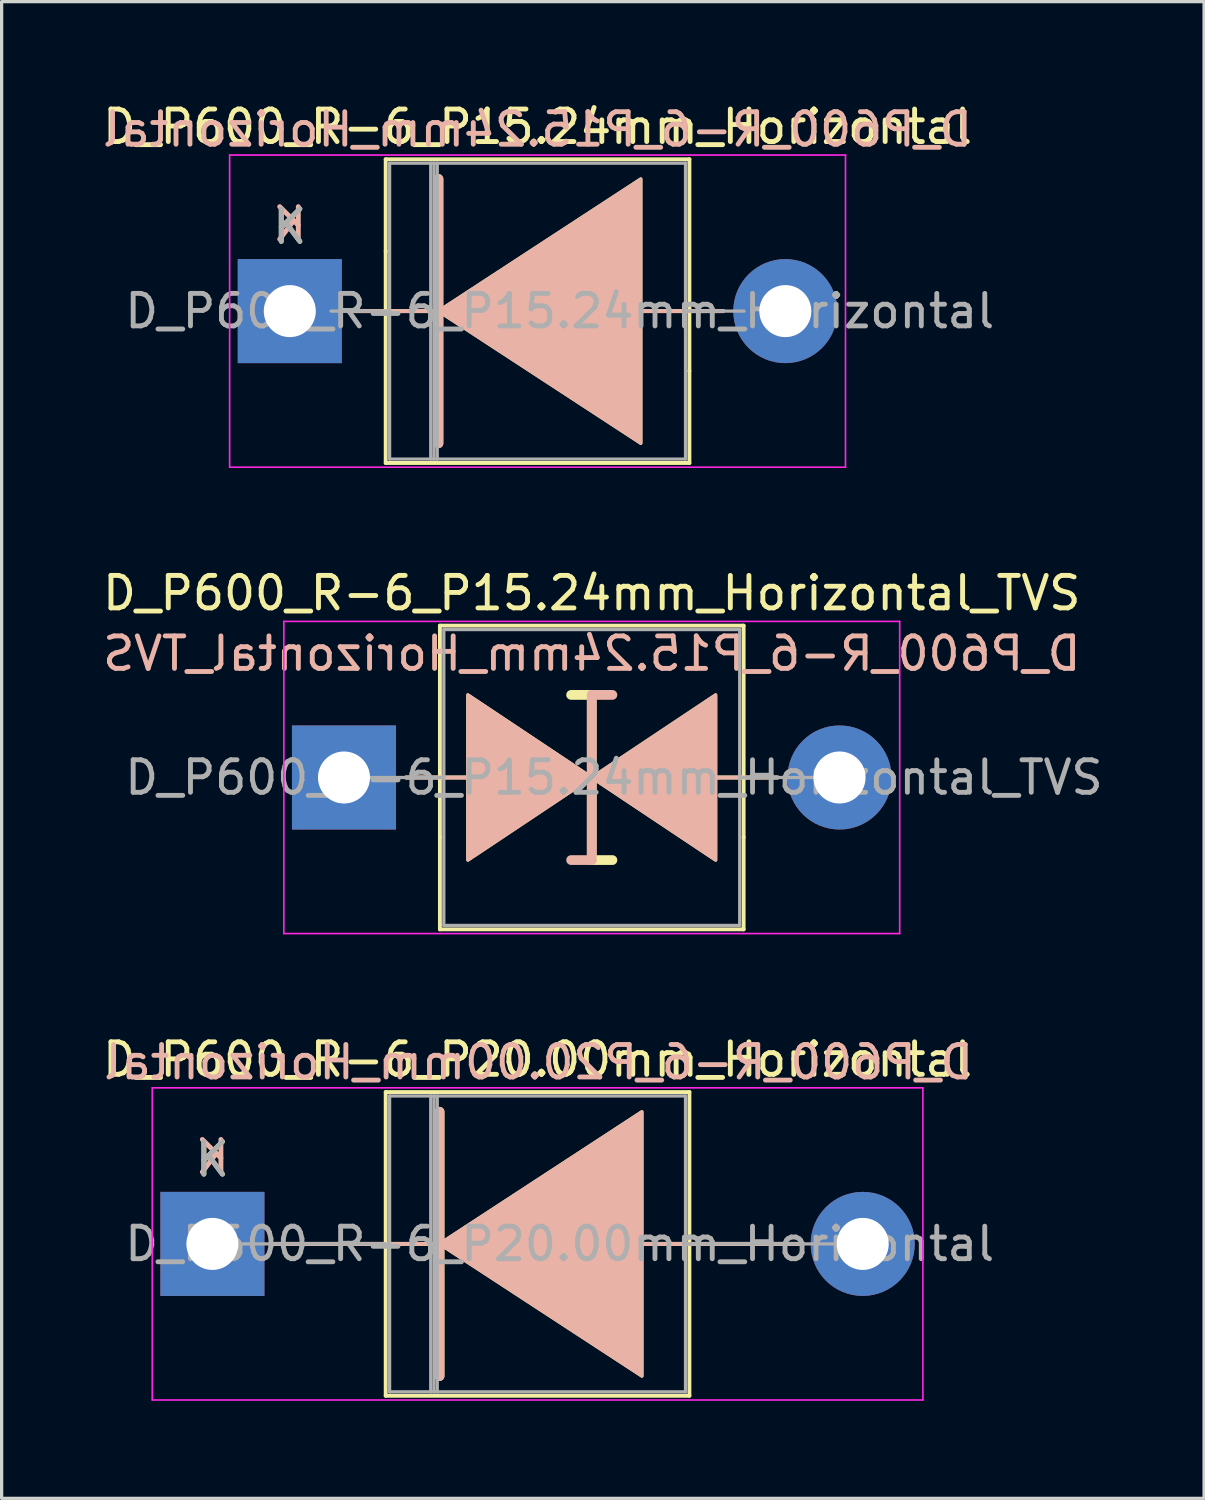
<source format=kicad_pcb>
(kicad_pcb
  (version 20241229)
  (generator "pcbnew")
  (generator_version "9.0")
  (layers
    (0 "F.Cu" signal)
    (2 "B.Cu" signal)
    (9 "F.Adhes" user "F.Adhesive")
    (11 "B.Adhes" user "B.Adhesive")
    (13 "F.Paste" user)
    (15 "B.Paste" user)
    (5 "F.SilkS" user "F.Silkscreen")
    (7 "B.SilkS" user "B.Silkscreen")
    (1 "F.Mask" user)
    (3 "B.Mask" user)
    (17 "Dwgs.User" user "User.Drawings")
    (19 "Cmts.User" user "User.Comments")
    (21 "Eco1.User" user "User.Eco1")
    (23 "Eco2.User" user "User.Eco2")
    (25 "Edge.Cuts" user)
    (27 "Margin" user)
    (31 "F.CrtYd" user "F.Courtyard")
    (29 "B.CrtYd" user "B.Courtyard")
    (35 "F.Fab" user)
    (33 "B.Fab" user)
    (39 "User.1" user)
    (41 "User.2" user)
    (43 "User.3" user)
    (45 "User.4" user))
  (footprint "D_P600_R-6_P15.24mm_Horizontal"
    (layer "F.Cu")
    (at 5.862 6.518)
    (property "Reference" "D_P600_R-6_P15.24mm_Horizontal" (at 7.62 -5.67 0) (layer "F.SilkS") (effects (font (size 1 1) (thickness 0.15))))
    (fp_line (start 2.95 -4.67) (end 12.29 -4.67) (stroke (width 0.12) (type solid)) (layer "F.SilkS"))
    (fp_line (start 2.95 -1.84) (end 2.95 -4.67) (stroke (width 0.12) (type solid)) (layer "F.SilkS"))
    (fp_line (start 2.95 -1.84) (end 2.95 4.67) (stroke (width 0.12) (type solid)) (layer "F.SilkS"))
    (fp_line (start 2.95 4.67) (end 12.29 4.67) (stroke (width 0.12) (type solid)) (layer "F.SilkS"))
    (fp_line (start 4.445 0) (end 1.905 0) (stroke (width 0.12) (type solid)) (layer "F.SilkS"))
    (fp_line (start 4.572 -4.064) (end 4.572 4.064) (stroke (width 0.3) (type solid)) (layer "F.SilkS"))
    (fp_line (start 10.668 0) (end 13.335 0) (stroke (width 0.12) (type solid)) (layer "F.SilkS"))
    (fp_line (start 12.29 -4.67) (end 12.29 1.84) (stroke (width 0.12) (type solid)) (layer "F.SilkS"))
    (fp_line (start 12.29 4.67) (end 12.29 1.84) (stroke (width 0.12) (type solid)) (layer "F.SilkS"))
    (fp_poly (pts (xy 10.795 4.064) (xy 4.572 0) (xy 10.795 -4.064)) (stroke (width 0.1) (type solid)) (fill yes) (layer "F.SilkS"))
    (fp_line (start 4.445 0) (end 1.905 0) (stroke (width 0.12) (type solid)) (layer "B.SilkS"))
    (fp_line (start 4.572 4.064) (end 4.572 -4.064) (stroke (width 0.3) (type solid)) (layer "B.SilkS"))
    (fp_line (start 10.668 0) (end 13.335 0) (stroke (width 0.12) (type solid)) (layer "B.SilkS"))
    (fp_poly (pts (xy 10.795 -4.064) (xy 4.572 0) (xy 10.795 4.064)) (stroke (width 0.1) (type solid)) (fill yes) (layer "B.SilkS"))
    (fp_line (start -1.85 -4.8) (end -1.85 4.8) (stroke (width 0.05) (type solid)) (layer "F.CrtYd"))
    (fp_line (start -1.85 4.8) (end 17.09 4.8) (stroke (width 0.05) (type solid)) (layer "F.CrtYd"))
    (fp_line (start 17.09 -4.8) (end -1.85 -4.8) (stroke (width 0.05) (type solid)) (layer "F.CrtYd"))
    (fp_line (start 17.09 4.8) (end 17.09 -4.8) (stroke (width 0.05) (type solid)) (layer "F.CrtYd"))
    (fp_line (start 1.27 0) (end 3.07 0) (stroke (width 0.1) (type solid)) (layer "F.Fab"))
    (fp_line (start 3.07 -4.55) (end 3.07 4.55) (stroke (width 0.1) (type solid)) (layer "F.Fab"))
    (fp_line (start 3.07 4.55) (end 12.17 4.55) (stroke (width 0.1) (type solid)) (layer "F.Fab"))
    (fp_line (start 4.335 -4.55) (end 4.335 4.55) (stroke (width 0.1) (type solid)) (layer "F.Fab"))
    (fp_line (start 4.435 -4.55) (end 4.435 4.55) (stroke (width 0.1) (type solid)) (layer "F.Fab"))
    (fp_line (start 4.535 -4.55) (end 4.535 4.55) (stroke (width 0.1) (type solid)) (layer "F.Fab"))
    (fp_line (start 12.17 -4.55) (end 3.07 -4.55) (stroke (width 0.1) (type solid)) (layer "F.Fab"))
    (fp_line (start 12.17 4.55) (end 12.17 -4.55) (stroke (width 0.1) (type solid)) (layer "F.Fab"))
    (fp_line (start 13.97 0) (end 12.17 0) (stroke (width 0.1) (type solid)) (layer "F.Fab"))
    (fp_text user "K" (at 0 -2.6 0) (layer "F.SilkS") (effects (font (size 1 1) (thickness 0.15))))
    (fp_text user "K" (at 0 -2.667 0) (layer "B.SilkS") (effects (font (size 1 1) (thickness 0.15)) (justify mirror)))
    (fp_text user "${REFERENCE}" (at 7.62 -5.588 0) (layer "B.SilkS") (effects (font (size 1 1) (thickness 0.15)) (justify mirror)))
    (fp_text user "${REFERENCE}" (at 8.303 0 0) (layer "F.Fab") (effects (font (size 1 1) (thickness 0.15))))
    (fp_text user "K" (at 0 -2.6 0) (layer "F.Fab") (effects (font (size 1 1) (thickness 0.15))))
    (pad "1" thru_hole rect (at 0 0) (size 3.2 3.2) (drill 1.6) (layers "*.Cu" "*.Mask"))
    (pad "2" thru_hole oval (at 15.24 0) (size 3.2 3.2) (drill 1.6) (layers "*.Cu" "*.Mask")))
  (footprint "D_P600_R-6_P20.00mm_Horizontal"
    (layer "F.Cu")
    (at 3.482 35.205)
    (property "Reference" "D_P600_R-6_P20.00mm_Horizontal" (at 10 -5.67 0) (layer "F.SilkS") (effects (font (size 1 1) (thickness 0.15))))
    (fp_line (start 1.84 0) (end 5.33 0) (stroke (width 0.12) (type solid)) (layer "F.SilkS"))
    (fp_line (start 5.33 -4.67) (end 5.33 4.67) (stroke (width 0.12) (type solid)) (layer "F.SilkS"))
    (fp_line (start 5.33 4.67) (end 14.67 4.67) (stroke (width 0.12) (type solid)) (layer "F.SilkS"))
    (fp_line (start 6.858 0) (end 5.33 0) (stroke (width 0.12) (type solid)) (layer "F.SilkS"))
    (fp_line (start 6.985 -4.064) (end 6.985 4.064) (stroke (width 0.3) (type solid)) (layer "F.SilkS"))
    (fp_line (start 13.081 0) (end 14.67 0) (stroke (width 0.12) (type solid)) (layer "F.SilkS"))
    (fp_line (start 14.67 -4.67) (end 5.33 -4.67) (stroke (width 0.12) (type solid)) (layer "F.SilkS"))
    (fp_line (start 14.67 4.67) (end 14.67 -4.67) (stroke (width 0.12) (type solid)) (layer "F.SilkS"))
    (fp_line (start 18.16 0) (end 14.67 0) (stroke (width 0.12) (type solid)) (layer "F.SilkS"))
    (fp_poly (pts (xy 13.208 4.064) (xy 6.985 0) (xy 13.208 -4.064)) (stroke (width 0.1) (type solid)) (fill yes) (layer "F.SilkS"))
    (fp_line (start 1.841 0) (end 5.331 0) (stroke (width 0.12) (type solid)) (layer "B.SilkS"))
    (fp_line (start 6.859 0) (end 5.331 0) (stroke (width 0.12) (type solid)) (layer "B.SilkS"))
    (fp_line (start 6.986 4.064) (end 6.986 -4.064) (stroke (width 0.3) (type solid)) (layer "B.SilkS"))
    (fp_line (start 13.082 0) (end 14.671 0) (stroke (width 0.12) (type solid)) (layer "B.SilkS"))
    (fp_line (start 18.161 0) (end 14.671 0) (stroke (width 0.12) (type solid)) (layer "B.SilkS"))
    (fp_poly (pts (xy 13.209 -4.064) (xy 6.986 0) (xy 13.209 4.064)) (stroke (width 0.1) (type solid)) (fill yes) (layer "B.SilkS"))
    (fp_line (start -1.85 -4.8) (end -1.85 4.8) (stroke (width 0.05) (type solid)) (layer "F.CrtYd"))
    (fp_line (start -1.85 4.8) (end 21.85 4.8) (stroke (width 0.05) (type solid)) (layer "F.CrtYd"))
    (fp_line (start 21.85 -4.8) (end -1.85 -4.8) (stroke (width 0.05) (type solid)) (layer "F.CrtYd"))
    (fp_line (start 21.85 4.8) (end 21.85 -4.8) (stroke (width 0.05) (type solid)) (layer "F.CrtYd"))
    (fp_line (start 0 0) (end 5.45 0) (stroke (width 0.1) (type solid)) (layer "F.Fab"))
    (fp_line (start 5.45 -4.55) (end 5.45 4.55) (stroke (width 0.1) (type solid)) (layer "F.Fab"))
    (fp_line (start 5.45 4.55) (end 14.55 4.55) (stroke (width 0.1) (type solid)) (layer "F.Fab"))
    (fp_line (start 6.715 -4.55) (end 6.715 4.55) (stroke (width 0.1) (type solid)) (layer "F.Fab"))
    (fp_line (start 6.815 -4.55) (end 6.815 4.55) (stroke (width 0.1) (type solid)) (layer "F.Fab"))
    (fp_line (start 6.915 -4.55) (end 6.915 4.55) (stroke (width 0.1) (type solid)) (layer "F.Fab"))
    (fp_line (start 14.55 -4.55) (end 5.45 -4.55) (stroke (width 0.1) (type solid)) (layer "F.Fab"))
    (fp_line (start 14.55 4.55) (end 14.55 -4.55) (stroke (width 0.1) (type solid)) (layer "F.Fab"))
    (fp_line (start 20 0) (end 14.55 0) (stroke (width 0.1) (type solid)) (layer "F.Fab"))
    (fp_text user "K" (at 0 -2.6 0) (layer "F.SilkS") (effects (font (size 1 1) (thickness 0.15))))
    (fp_text user "${REFERENCE}" (at 10.033 -5.588 0) (layer "B.SilkS") (effects (font (size 1 1) (thickness 0.15)) (justify mirror)))
    (fp_text user "K" (at 0 -2.667 0) (layer "B.SilkS") (effects (font (size 1 1) (thickness 0.15)) (justify mirror)))
    (fp_text user "${REFERENCE}" (at 10.682 0 0) (layer "F.Fab") (effects (font (size 1 1) (thickness 0.15))))
    (fp_text user "K" (at 0 -2.6 0) (layer "F.Fab") (effects (font (size 1 1) (thickness 0.15))))
    (pad "1" thru_hole rect (at 0 0) (size 3.2 3.2) (drill 1.6) (layers "*.Cu" "*.Mask"))
    (pad "2" thru_hole oval (at 20 0) (size 3.2 3.2) (drill 1.6) (layers "*.Cu" "*.Mask")))
  (footprint "D_P600_R-6_P15.24mm_Horizontal_TVS"
    (layer "F.Cu")
    (at 7.529 20.861)
    (property "Reference" "D_P600_R-6_P15.24mm_Horizontal_TVS" (at 7.62 -5.67 0) (layer "F.SilkS") (effects (font (size 1 1) (thickness 0.15))))
    (fp_line (start 1.905 0) (end 3.81 0) (stroke (width 0.12) (type solid)) (layer "F.SilkS"))
    (fp_line (start 2.95 -4.67) (end 12.29 -4.67) (stroke (width 0.12) (type solid)) (layer "F.SilkS"))
    (fp_line (start 2.95 1.84) (end 2.95 -4.67) (stroke (width 0.12) (type solid)) (layer "F.SilkS"))
    (fp_line (start 2.95 1.84) (end 2.95 4.67) (stroke (width 0.12) (type solid)) (layer "F.SilkS"))
    (fp_line (start 2.95 4.67) (end 12.29 4.67) (stroke (width 0.12) (type solid)) (layer "F.SilkS"))
    (fp_line (start 7.62 -2.54) (end 6.985 -2.54) (stroke (width 0.3) (type solid)) (layer "F.SilkS"))
    (fp_line (start 7.62 2.54) (end 7.62 -2.54) (stroke (width 0.3) (type solid)) (layer "F.SilkS"))
    (fp_line (start 8.255 2.54) (end 7.62 2.54) (stroke (width 0.3) (type solid)) (layer "F.SilkS"))
    (fp_line (start 12.29 -4.67) (end 12.29 1.84) (stroke (width 0.12) (type solid)) (layer "F.SilkS"))
    (fp_line (start 12.29 4.67) (end 12.29 1.84) (stroke (width 0.12) (type solid)) (layer "F.SilkS"))
    (fp_line (start 13.335 0) (end 11.43 0) (stroke (width 0.12) (type solid)) (layer "F.SilkS"))
    (fp_poly (pts (xy 7.62 0) (xy 3.81 2.54) (xy 3.81 -2.54)) (stroke (width 0.1) (type solid)) (fill yes) (layer "F.SilkS"))
    (fp_poly (pts (xy 7.62 0) (xy 11.43 -2.54) (xy 11.43 2.54)) (stroke (width 0.1) (type solid)) (fill yes) (layer "F.SilkS"))
    (fp_line (start 1.905 0) (end 3.81 0) (stroke (width 0.12) (type solid)) (layer "B.SilkS"))
    (fp_line (start 7.62 -2.54) (end 7.62 2.54) (stroke (width 0.3) (type solid)) (layer "B.SilkS"))
    (fp_line (start 7.62 2.54) (end 6.985 2.54) (stroke (width 0.3) (type solid)) (layer "B.SilkS"))
    (fp_line (start 8.255 -2.54) (end 7.62 -2.54) (stroke (width 0.3) (type solid)) (layer "B.SilkS"))
    (fp_line (start 13.335 0) (end 11.43 0) (stroke (width 0.12) (type solid)) (layer "B.SilkS"))
    (fp_poly (pts (xy 7.62 0) (xy 3.81 -2.54) (xy 3.81 2.54)) (stroke (width 0.1) (type solid)) (fill yes) (layer "B.SilkS"))
    (fp_poly (pts (xy 7.62 0) (xy 11.43 2.54) (xy 11.43 -2.54)) (stroke (width 0.1) (type solid)) (fill yes) (layer "B.SilkS"))
    (fp_line (start -1.85 -4.8) (end -1.85 4.8) (stroke (width 0.05) (type solid)) (layer "F.CrtYd"))
    (fp_line (start -1.85 4.8) (end 17.09 4.8) (stroke (width 0.05) (type solid)) (layer "F.CrtYd"))
    (fp_line (start 17.09 -4.8) (end -1.85 -4.8) (stroke (width 0.05) (type solid)) (layer "F.CrtYd"))
    (fp_line (start 17.09 4.8) (end 17.09 -4.8) (stroke (width 0.05) (type solid)) (layer "F.CrtYd"))
    (fp_line (start 0 0) (end 3.07 0) (stroke (width 0.1) (type solid)) (layer "F.Fab"))
    (fp_line (start 3.07 -4.55) (end 3.07 4.55) (stroke (width 0.1) (type solid)) (layer "F.Fab"))
    (fp_line (start 3.07 4.55) (end 12.17 4.55) (stroke (width 0.1) (type solid)) (layer "F.Fab"))
    (fp_line (start 12.17 -4.55) (end 3.07 -4.55) (stroke (width 0.1) (type solid)) (layer "F.Fab"))
    (fp_line (start 12.17 4.55) (end 12.17 -4.55) (stroke (width 0.1) (type solid)) (layer "F.Fab"))
    (fp_line (start 15.24 0) (end 12.17 0) (stroke (width 0.1) (type solid)) (layer "F.Fab"))
    (fp_text user "${REFERENCE}" (at 7.62 -3.81 0) (layer "B.SilkS") (effects (font (size 1 1) (thickness 0.15)) (justify mirror)))
    (fp_text user "${REFERENCE}" (at 8.303 0 0) (layer "F.Fab") (effects (font (size 1 1) (thickness 0.15))))
    (pad "1" thru_hole rect (at 0 0) (size 3.2 3.2) (drill 1.6) (layers "*.Cu" "*.Mask"))
    (pad "2" thru_hole oval (at 15.24 0) (size 3.2 3.2) (drill 1.6) (layers "*.Cu" "*.Mask")))
  (gr_rect
    (start -3 -3)
    (end 33.98 43.03)
    (stroke (width 0.1) (type default))
    (fill no)
    (layer "Edge.Cuts")))
</source>
